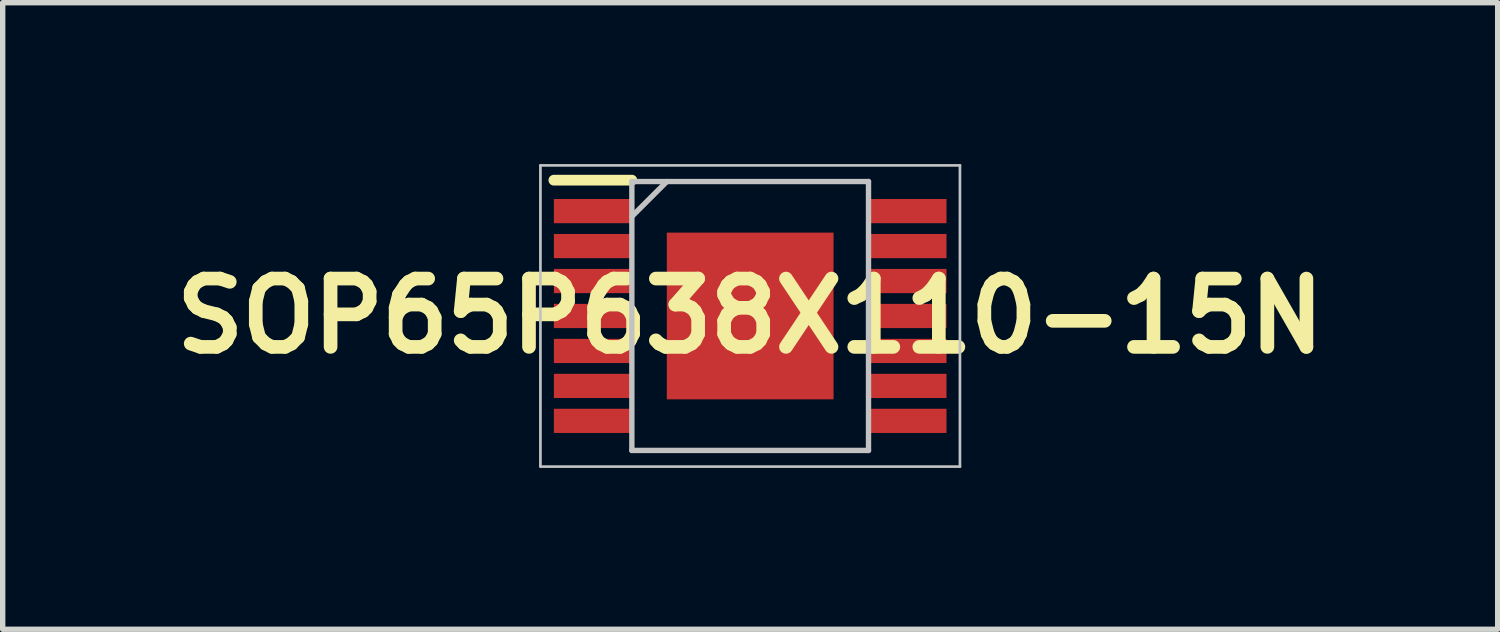
<source format=kicad_pcb>
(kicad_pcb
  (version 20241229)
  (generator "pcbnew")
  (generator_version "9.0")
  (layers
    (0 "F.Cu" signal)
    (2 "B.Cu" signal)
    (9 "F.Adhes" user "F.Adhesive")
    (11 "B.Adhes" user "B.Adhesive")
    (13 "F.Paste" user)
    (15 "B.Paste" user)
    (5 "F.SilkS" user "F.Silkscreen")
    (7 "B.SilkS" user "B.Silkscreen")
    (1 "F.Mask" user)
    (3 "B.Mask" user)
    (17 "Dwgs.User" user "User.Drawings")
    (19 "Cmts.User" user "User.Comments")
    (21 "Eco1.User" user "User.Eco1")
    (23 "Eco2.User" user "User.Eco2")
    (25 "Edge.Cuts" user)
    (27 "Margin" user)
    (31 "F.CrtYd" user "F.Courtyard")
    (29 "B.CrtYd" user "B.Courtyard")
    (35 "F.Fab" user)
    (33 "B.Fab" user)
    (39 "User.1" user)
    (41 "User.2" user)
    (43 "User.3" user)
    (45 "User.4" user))
  (footprint "SOP65P638X110-15N"
    (layer "F.Cu")
    (at 10.898 2.825)
    (property "Reference" "SOP65P638X110-15N" (at 0 0 0) (layer "F.SilkS") (effects (font (size 1.27 1.27) (thickness 0.254))))
    (attr smd)
    (fp_line (start -3.65 -2.525) (end -2.2 -2.525) (stroke (width 0.2) (type solid)) (layer "F.SilkS"))
    (fp_line (start -3.9 -2.8) (end 3.9 -2.8) (stroke (width 0.05) (type solid)) (layer "Dwgs.User"))
    (fp_line (start -3.9 2.8) (end -3.9 -2.8) (stroke (width 0.05) (type solid)) (layer "Dwgs.User"))
    (fp_line (start -2.2 -2.5) (end 2.2 -2.5) (stroke (width 0.1) (type solid)) (layer "Dwgs.User"))
    (fp_line (start -2.2 -1.85) (end -1.55 -2.5) (stroke (width 0.1) (type solid)) (layer "Dwgs.User"))
    (fp_line (start -2.2 2.5) (end -2.2 -2.5) (stroke (width 0.1) (type solid)) (layer "Dwgs.User"))
    (fp_line (start 2.2 -2.5) (end 2.2 2.5) (stroke (width 0.1) (type solid)) (layer "Dwgs.User"))
    (fp_line (start 2.2 2.5) (end -2.2 2.5) (stroke (width 0.1) (type solid)) (layer "Dwgs.User"))
    (fp_line (start 3.9 -2.8) (end 3.9 2.8) (stroke (width 0.05) (type solid)) (layer "Dwgs.User"))
    (fp_line (start 3.9 2.8) (end -3.9 2.8) (stroke (width 0.05) (type solid)) (layer "Dwgs.User"))
    (pad "1" smd rect (at -2.925 -1.95 90) (size 0.45 1.45) (layers "F.Cu" "F.Mask" "F.Paste"))
    (pad "2" smd rect (at -2.925 -1.3 90) (size 0.45 1.45) (layers "F.Cu" "F.Mask" "F.Paste"))
    (pad "3" smd rect (at -2.925 -0.65 90) (size 0.45 1.45) (layers "F.Cu" "F.Mask" "F.Paste"))
    (pad "4" smd rect (at -2.925 0 90) (size 0.45 1.45) (layers "F.Cu" "F.Mask" "F.Paste"))
    (pad "5" smd rect (at -2.925 0.65 90) (size 0.45 1.45) (layers "F.Cu" "F.Mask" "F.Paste"))
    (pad "6" smd rect (at -2.925 1.3 90) (size 0.45 1.45) (layers "F.Cu" "F.Mask" "F.Paste"))
    (pad "7" smd rect (at -2.925 1.95 90) (size 0.45 1.45) (layers "F.Cu" "F.Mask" "F.Paste"))
    (pad "8" smd rect (at 2.925 1.95 90) (size 0.45 1.45) (layers "F.Cu" "F.Mask" "F.Paste"))
    (pad "9" smd rect (at 2.925 1.3 90) (size 0.45 1.45) (layers "F.Cu" "F.Mask" "F.Paste"))
    (pad "10" smd rect (at 2.925 0.65 90) (size 0.45 1.45) (layers "F.Cu" "F.Mask" "F.Paste"))
    (pad "11" smd rect (at 2.925 0 90) (size 0.45 1.45) (layers "F.Cu" "F.Mask" "F.Paste"))
    (pad "12" smd rect (at 2.925 -0.65 90) (size 0.45 1.45) (layers "F.Cu" "F.Mask" "F.Paste"))
    (pad "13" smd rect (at 2.925 -1.3 90) (size 0.45 1.45) (layers "F.Cu" "F.Mask" "F.Paste"))
    (pad "14" smd rect (at 2.925 -1.95 90) (size 0.45 1.45) (layers "F.Cu" "F.Mask" "F.Paste"))
    (pad "15" smd rect (at 0 0) (size 3.1 3.1) (layers "F.Cu" "F.Mask" "F.Paste")))
  (gr_rect
    (start -3 -3)
    (end 24.796 8.65)
    (stroke (width 0.1) (type default))
    (fill no)
    (layer "Edge.Cuts")))
</source>
